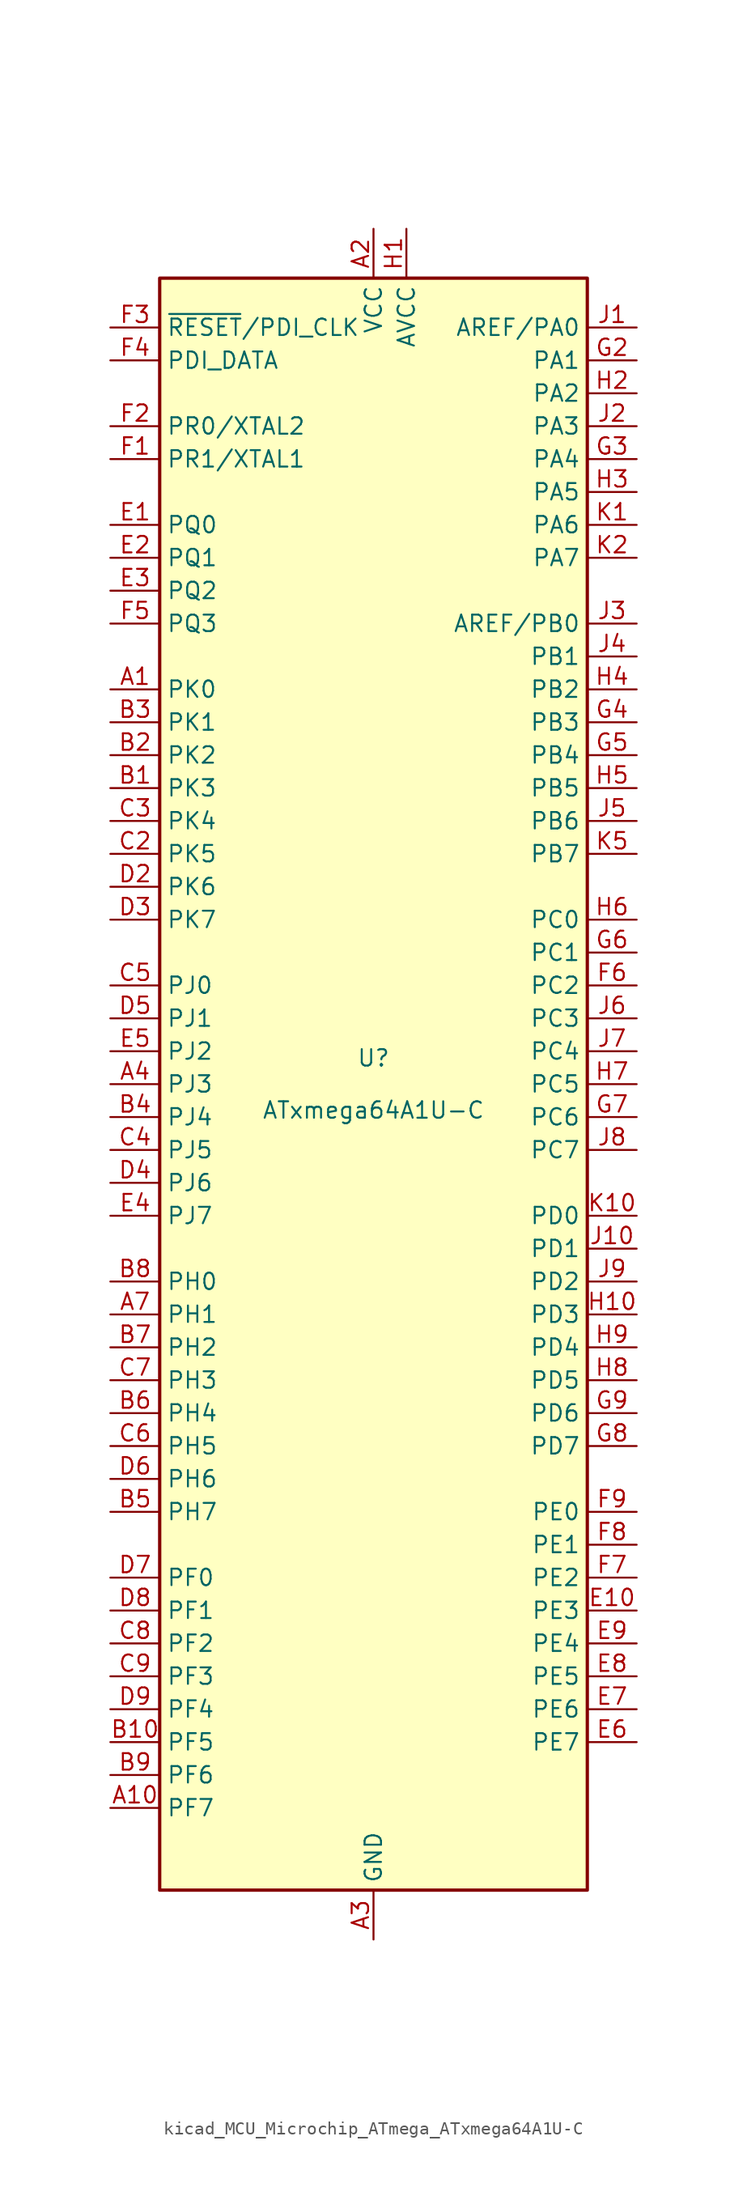
<source format=kicad_sym>
(kicad_symbol_lib
  (version 20220914)
  (generator kicad_symbol_editor)
  (symbol "kicad_MCU_Microchip_ATmega_ATxmega64A1U-C"
    (property "Reference" "U"
      (at 0 1.27 0)
      (effects (font (size 1.27 1.27)) (justify bottom)))
    (property "Value" "ATxmega64A1U-C"
      (at 0 -1.27 0)
      (effects (font (size 1.27 1.27)) (justify top)))
    (symbol "kicad_MCU_Microchip_ATmega_ATxmega64A1U-C_0_1"
      (rectangle (start -16.51 -62.23) (end 16.51 62.23) (stroke (width 0.254) (type default)) (fill (type background))))
    (symbol "kicad_MCU_Microchip_ATmega_ATxmega64A1U-C_1_1"
      (pin bidirectional line (at -20.32 30.48 0) (length 3.81) (name "PK0" (effects (font (size 1.27 1.27)))) (number "A1" (effects (font (size 1.27 1.27)))))
      (pin bidirectional line (at -20.32 -55.88 0) (length 3.81) (name "PF7" (effects (font (size 1.27 1.27)))) (number "A10" (effects (font (size 1.27 1.27)))))
      (pin power_in line (at 0 66.04 270) (length 3.81) (name "VCC" (effects (font (size 1.27 1.27)))) (number "A2" (effects (font (size 1.27 1.27)))))
      (pin power_in line (at 0 -66.04 90) (length 3.81) (name "GND" (effects (font (size 1.27 1.27)))) (number "A3" (effects (font (size 1.27 1.27)))))
      (pin bidirectional line (at -20.32 0 0) (length 3.81) (name "PJ3" (effects (font (size 1.27 1.27)))) (number "A4" (effects (font (size 1.27 1.27)))))
      (pin passive line (at 0 66.04 270) (length 3.81) hide (name "VCC" (effects (font (size 1.27 1.27)))) (number "A5" (effects (font (size 1.27 1.27)))))
      (pin passive line (at 0 -66.04 90) (length 3.81) hide (name "GND" (effects (font (size 1.27 1.27)))) (number "A6" (effects (font (size 1.27 1.27)))))
      (pin bidirectional line (at -20.32 -17.78 0) (length 3.81) (name "PH1" (effects (font (size 1.27 1.27)))) (number "A7" (effects (font (size 1.27 1.27)))))
      (pin passive line (at 0 -66.04 90) (length 3.81) hide (name "GND" (effects (font (size 1.27 1.27)))) (number "A8" (effects (font (size 1.27 1.27)))))
      (pin passive line (at 0 66.04 270) (length 3.81) hide (name "VCC" (effects (font (size 1.27 1.27)))) (number "A9" (effects (font (size 1.27 1.27)))))
      (pin bidirectional line (at -20.32 22.86 0) (length 3.81) (name "PK3" (effects (font (size 1.27 1.27)))) (number "B1" (effects (font (size 1.27 1.27)))))
      (pin bidirectional line (at -20.32 -50.8 0) (length 3.81) (name "PF5" (effects (font (size 1.27 1.27)))) (number "B10" (effects (font (size 1.27 1.27)))))
      (pin bidirectional line (at -20.32 25.4 0) (length 3.81) (name "PK2" (effects (font (size 1.27 1.27)))) (number "B2" (effects (font (size 1.27 1.27)))))
      (pin bidirectional line (at -20.32 27.94 0) (length 3.81) (name "PK1" (effects (font (size 1.27 1.27)))) (number "B3" (effects (font (size 1.27 1.27)))))
      (pin bidirectional line (at -20.32 -2.54 0) (length 3.81) (name "PJ4" (effects (font (size 1.27 1.27)))) (number "B4" (effects (font (size 1.27 1.27)))))
      (pin bidirectional line (at -20.32 -33.02 0) (length 3.81) (name "PH7" (effects (font (size 1.27 1.27)))) (number "B5" (effects (font (size 1.27 1.27)))))
      (pin bidirectional line (at -20.32 -25.4 0) (length 3.81) (name "PH4" (effects (font (size 1.27 1.27)))) (number "B6" (effects (font (size 1.27 1.27)))))
      (pin bidirectional line (at -20.32 -20.32 0) (length 3.81) (name "PH2" (effects (font (size 1.27 1.27)))) (number "B7" (effects (font (size 1.27 1.27)))))
      (pin bidirectional line (at -20.32 -15.24 0) (length 3.81) (name "PH0" (effects (font (size 1.27 1.27)))) (number "B8" (effects (font (size 1.27 1.27)))))
      (pin bidirectional line (at -20.32 -53.34 0) (length 3.81) (name "PF6" (effects (font (size 1.27 1.27)))) (number "B9" (effects (font (size 1.27 1.27)))))
      (pin passive line (at 0 66.04 270) (length 3.81) hide (name "VCC" (effects (font (size 1.27 1.27)))) (number "C1" (effects (font (size 1.27 1.27)))))
      (pin passive line (at 0 66.04 270) (length 3.81) hide (name "VCC" (effects (font (size 1.27 1.27)))) (number "C10" (effects (font (size 1.27 1.27)))))
      (pin bidirectional line (at -20.32 17.78 0) (length 3.81) (name "PK5" (effects (font (size 1.27 1.27)))) (number "C2" (effects (font (size 1.27 1.27)))))
      (pin bidirectional line (at -20.32 20.32 0) (length 3.81) (name "PK4" (effects (font (size 1.27 1.27)))) (number "C3" (effects (font (size 1.27 1.27)))))
      (pin bidirectional line (at -20.32 -5.08 0) (length 3.81) (name "PJ5" (effects (font (size 1.27 1.27)))) (number "C4" (effects (font (size 1.27 1.27)))))
      (pin bidirectional line (at -20.32 7.62 0) (length 3.81) (name "PJ0" (effects (font (size 1.27 1.27)))) (number "C5" (effects (font (size 1.27 1.27)))))
      (pin bidirectional line (at -20.32 -27.94 0) (length 3.81) (name "PH5" (effects (font (size 1.27 1.27)))) (number "C6" (effects (font (size 1.27 1.27)))))
      (pin bidirectional line (at -20.32 -22.86 0) (length 3.81) (name "PH3" (effects (font (size 1.27 1.27)))) (number "C7" (effects (font (size 1.27 1.27)))))
      (pin bidirectional line (at -20.32 -43.18 0) (length 3.81) (name "PF2" (effects (font (size 1.27 1.27)))) (number "C8" (effects (font (size 1.27 1.27)))))
      (pin bidirectional line (at -20.32 -45.72 0) (length 3.81) (name "PF3" (effects (font (size 1.27 1.27)))) (number "C9" (effects (font (size 1.27 1.27)))))
      (pin passive line (at 0 -66.04 90) (length 3.81) hide (name "GND" (effects (font (size 1.27 1.27)))) (number "D1" (effects (font (size 1.27 1.27)))))
      (pin passive line (at 0 -66.04 90) (length 3.81) hide (name "GND" (effects (font (size 1.27 1.27)))) (number "D10" (effects (font (size 1.27 1.27)))))
      (pin bidirectional line (at -20.32 15.24 0) (length 3.81) (name "PK6" (effects (font (size 1.27 1.27)))) (number "D2" (effects (font (size 1.27 1.27)))))
      (pin bidirectional line (at -20.32 12.7 0) (length 3.81) (name "PK7" (effects (font (size 1.27 1.27)))) (number "D3" (effects (font (size 1.27 1.27)))))
      (pin bidirectional line (at -20.32 -7.62 0) (length 3.81) (name "PJ6" (effects (font (size 1.27 1.27)))) (number "D4" (effects (font (size 1.27 1.27)))))
      (pin bidirectional line (at -20.32 5.08 0) (length 3.81) (name "PJ1" (effects (font (size 1.27 1.27)))) (number "D5" (effects (font (size 1.27 1.27)))))
      (pin bidirectional line (at -20.32 -30.48 0) (length 3.81) (name "PH6" (effects (font (size 1.27 1.27)))) (number "D6" (effects (font (size 1.27 1.27)))))
      (pin bidirectional line (at -20.32 -38.1 0) (length 3.81) (name "PF0" (effects (font (size 1.27 1.27)))) (number "D7" (effects (font (size 1.27 1.27)))))
      (pin bidirectional line (at -20.32 -40.64 0) (length 3.81) (name "PF1" (effects (font (size 1.27 1.27)))) (number "D8" (effects (font (size 1.27 1.27)))))
      (pin bidirectional line (at -20.32 -48.26 0) (length 3.81) (name "PF4" (effects (font (size 1.27 1.27)))) (number "D9" (effects (font (size 1.27 1.27)))))
      (pin bidirectional line (at -20.32 43.18 0) (length 3.81) (name "PQ0" (effects (font (size 1.27 1.27)))) (number "E1" (effects (font (size 1.27 1.27)))))
      (pin bidirectional line (at 20.32 -40.64 180) (length 3.81) (name "PE3" (effects (font (size 1.27 1.27)))) (number "E10" (effects (font (size 1.27 1.27)))))
      (pin bidirectional line (at -20.32 40.64 0) (length 3.81) (name "PQ1" (effects (font (size 1.27 1.27)))) (number "E2" (effects (font (size 1.27 1.27)))))
      (pin bidirectional line (at -20.32 38.1 0) (length 3.81) (name "PQ2" (effects (font (size 1.27 1.27)))) (number "E3" (effects (font (size 1.27 1.27)))))
      (pin bidirectional line (at -20.32 -10.16 0) (length 3.81) (name "PJ7" (effects (font (size 1.27 1.27)))) (number "E4" (effects (font (size 1.27 1.27)))))
      (pin bidirectional line (at -20.32 2.54 0) (length 3.81) (name "PJ2" (effects (font (size 1.27 1.27)))) (number "E5" (effects (font (size 1.27 1.27)))))
      (pin bidirectional line (at 20.32 -50.8 180) (length 3.81) (name "PE7" (effects (font (size 1.27 1.27)))) (number "E6" (effects (font (size 1.27 1.27)))))
      (pin bidirectional line (at 20.32 -48.26 180) (length 3.81) (name "PE6" (effects (font (size 1.27 1.27)))) (number "E7" (effects (font (size 1.27 1.27)))))
      (pin bidirectional line (at 20.32 -45.72 180) (length 3.81) (name "PE5" (effects (font (size 1.27 1.27)))) (number "E8" (effects (font (size 1.27 1.27)))))
      (pin bidirectional line (at 20.32 -43.18 180) (length 3.81) (name "PE4" (effects (font (size 1.27 1.27)))) (number "E9" (effects (font (size 1.27 1.27)))))
      (pin bidirectional line (at -20.32 48.26 0) (length 3.81) (name "PR1/XTAL1" (effects (font (size 1.27 1.27)))) (number "F1" (effects (font (size 1.27 1.27)))))
      (pin passive line (at 0 66.04 270) (length 3.81) hide (name "VCC" (effects (font (size 1.27 1.27)))) (number "F10" (effects (font (size 1.27 1.27)))))
      (pin bidirectional line (at -20.32 50.8 0) (length 3.81) (name "PR0/XTAL2" (effects (font (size 1.27 1.27)))) (number "F2" (effects (font (size 1.27 1.27)))))
      (pin input line (at -20.32 58.42 0) (length 3.81) (name "~{RESET}/PDI_CLK" (effects (font (size 1.27 1.27)))) (number "F3" (effects (font (size 1.27 1.27)))))
      (pin bidirectional line (at -20.32 55.88 0) (length 3.81) (name "PDI_DATA" (effects (font (size 1.27 1.27)))) (number "F4" (effects (font (size 1.27 1.27)))))
      (pin bidirectional line (at -20.32 35.56 0) (length 3.81) (name "PQ3" (effects (font (size 1.27 1.27)))) (number "F5" (effects (font (size 1.27 1.27)))))
      (pin bidirectional line (at 20.32 7.62 180) (length 3.81) (name "PC2" (effects (font (size 1.27 1.27)))) (number "F6" (effects (font (size 1.27 1.27)))))
      (pin bidirectional line (at 20.32 -38.1 180) (length 3.81) (name "PE2" (effects (font (size 1.27 1.27)))) (number "F7" (effects (font (size 1.27 1.27)))))
      (pin bidirectional line (at 20.32 -35.56 180) (length 3.81) (name "PE1" (effects (font (size 1.27 1.27)))) (number "F8" (effects (font (size 1.27 1.27)))))
      (pin bidirectional line (at 20.32 -33.02 180) (length 3.81) (name "PE0" (effects (font (size 1.27 1.27)))) (number "F9" (effects (font (size 1.27 1.27)))))
      (pin passive line (at 0 -66.04 90) (length 3.81) hide (name "GND" (effects (font (size 1.27 1.27)))) (number "G1" (effects (font (size 1.27 1.27)))))
      (pin passive line (at 0 -66.04 90) (length 3.81) hide (name "GND" (effects (font (size 1.27 1.27)))) (number "G10" (effects (font (size 1.27 1.27)))))
      (pin bidirectional line (at 20.32 55.88 180) (length 3.81) (name "PA1" (effects (font (size 1.27 1.27)))) (number "G2" (effects (font (size 1.27 1.27)))))
      (pin bidirectional line (at 20.32 48.26 180) (length 3.81) (name "PA4" (effects (font (size 1.27 1.27)))) (number "G3" (effects (font (size 1.27 1.27)))))
      (pin bidirectional line (at 20.32 27.94 180) (length 3.81) (name "PB3" (effects (font (size 1.27 1.27)))) (number "G4" (effects (font (size 1.27 1.27)))))
      (pin bidirectional line (at 20.32 25.4 180) (length 3.81) (name "PB4" (effects (font (size 1.27 1.27)))) (number "G5" (effects (font (size 1.27 1.27)))))
      (pin bidirectional line (at 20.32 10.16 180) (length 3.81) (name "PC1" (effects (font (size 1.27 1.27)))) (number "G6" (effects (font (size 1.27 1.27)))))
      (pin bidirectional line (at 20.32 -2.54 180) (length 3.81) (name "PC6" (effects (font (size 1.27 1.27)))) (number "G7" (effects (font (size 1.27 1.27)))))
      (pin bidirectional line (at 20.32 -27.94 180) (length 3.81) (name "PD7" (effects (font (size 1.27 1.27)))) (number "G8" (effects (font (size 1.27 1.27)))))
      (pin bidirectional line (at 20.32 -25.4 180) (length 3.81) (name "PD6" (effects (font (size 1.27 1.27)))) (number "G9" (effects (font (size 1.27 1.27)))))
      (pin power_in line (at 2.54 66.04 270) (length 3.81) (name "AVCC" (effects (font (size 1.27 1.27)))) (number "H1" (effects (font (size 1.27 1.27)))))
      (pin bidirectional line (at 20.32 -17.78 180) (length 3.81) (name "PD3" (effects (font (size 1.27 1.27)))) (number "H10" (effects (font (size 1.27 1.27)))))
      (pin bidirectional line (at 20.32 53.34 180) (length 3.81) (name "PA2" (effects (font (size 1.27 1.27)))) (number "H2" (effects (font (size 1.27 1.27)))))
      (pin bidirectional line (at 20.32 45.72 180) (length 3.81) (name "PA5" (effects (font (size 1.27 1.27)))) (number "H3" (effects (font (size 1.27 1.27)))))
      (pin bidirectional line (at 20.32 30.48 180) (length 3.81) (name "PB2" (effects (font (size 1.27 1.27)))) (number "H4" (effects (font (size 1.27 1.27)))))
      (pin bidirectional line (at 20.32 22.86 180) (length 3.81) (name "PB5" (effects (font (size 1.27 1.27)))) (number "H5" (effects (font (size 1.27 1.27)))))
      (pin bidirectional line (at 20.32 12.7 180) (length 3.81) (name "PC0" (effects (font (size 1.27 1.27)))) (number "H6" (effects (font (size 1.27 1.27)))))
      (pin bidirectional line (at 20.32 0 180) (length 3.81) (name "PC5" (effects (font (size 1.27 1.27)))) (number "H7" (effects (font (size 1.27 1.27)))))
      (pin bidirectional line (at 20.32 -22.86 180) (length 3.81) (name "PD5" (effects (font (size 1.27 1.27)))) (number "H8" (effects (font (size 1.27 1.27)))))
      (pin bidirectional line (at 20.32 -20.32 180) (length 3.81) (name "PD4" (effects (font (size 1.27 1.27)))) (number "H9" (effects (font (size 1.27 1.27)))))
      (pin bidirectional line (at 20.32 58.42 180) (length 3.81) (name "AREF/PA0" (effects (font (size 1.27 1.27)))) (number "J1" (effects (font (size 1.27 1.27)))))
      (pin bidirectional line (at 20.32 -12.7 180) (length 3.81) (name "PD1" (effects (font (size 1.27 1.27)))) (number "J10" (effects (font (size 1.27 1.27)))))
      (pin bidirectional line (at 20.32 50.8 180) (length 3.81) (name "PA3" (effects (font (size 1.27 1.27)))) (number "J2" (effects (font (size 1.27 1.27)))))
      (pin bidirectional line (at 20.32 35.56 180) (length 3.81) (name "AREF/PB0" (effects (font (size 1.27 1.27)))) (number "J3" (effects (font (size 1.27 1.27)))))
      (pin bidirectional line (at 20.32 33.02 180) (length 3.81) (name "PB1" (effects (font (size 1.27 1.27)))) (number "J4" (effects (font (size 1.27 1.27)))))
      (pin bidirectional line (at 20.32 20.32 180) (length 3.81) (name "PB6" (effects (font (size 1.27 1.27)))) (number "J5" (effects (font (size 1.27 1.27)))))
      (pin bidirectional line (at 20.32 5.08 180) (length 3.81) (name "PC3" (effects (font (size 1.27 1.27)))) (number "J6" (effects (font (size 1.27 1.27)))))
      (pin bidirectional line (at 20.32 2.54 180) (length 3.81) (name "PC4" (effects (font (size 1.27 1.27)))) (number "J7" (effects (font (size 1.27 1.27)))))
      (pin bidirectional line (at 20.32 -5.08 180) (length 3.81) (name "PC7" (effects (font (size 1.27 1.27)))) (number "J8" (effects (font (size 1.27 1.27)))))
      (pin bidirectional line (at 20.32 -15.24 180) (length 3.81) (name "PD2" (effects (font (size 1.27 1.27)))) (number "J9" (effects (font (size 1.27 1.27)))))
      (pin bidirectional line (at 20.32 43.18 180) (length 3.81) (name "PA6" (effects (font (size 1.27 1.27)))) (number "K1" (effects (font (size 1.27 1.27)))))
      (pin bidirectional line (at 20.32 -10.16 180) (length 3.81) (name "PD0" (effects (font (size 1.27 1.27)))) (number "K10" (effects (font (size 1.27 1.27)))))
      (pin bidirectional line (at 20.32 40.64 180) (length 3.81) (name "PA7" (effects (font (size 1.27 1.27)))) (number "K2" (effects (font (size 1.27 1.27)))))
      (pin passive line (at 0 -66.04 90) (length 3.81) hide (name "GND" (effects (font (size 1.27 1.27)))) (number "K3" (effects (font (size 1.27 1.27)))))
      (pin passive line (at 2.54 66.04 270) (length 3.81) hide (name "AVCC" (effects (font (size 1.27 1.27)))) (number "K4" (effects (font (size 1.27 1.27)))))
      (pin bidirectional line (at 20.32 17.78 180) (length 3.81) (name "PB7" (effects (font (size 1.27 1.27)))) (number "K5" (effects (font (size 1.27 1.27)))))
      (pin passive line (at 0 66.04 270) (length 3.81) hide (name "VCC" (effects (font (size 1.27 1.27)))) (number "K6" (effects (font (size 1.27 1.27)))))
      (pin passive line (at 0 -66.04 90) (length 3.81) hide (name "GND" (effects (font (size 1.27 1.27)))) (number "K7" (effects (font (size 1.27 1.27)))))
      (pin passive line (at 0 66.04 270) (length 3.81) hide (name "VCC" (effects (font (size 1.27 1.27)))) (number "K8" (effects (font (size 1.27 1.27)))))
      (pin passive line (at 0 -66.04 90) (length 3.81) hide (name "GND" (effects (font (size 1.27 1.27)))) (number "K9" (effects (font (size 1.27 1.27))))))))
</source>
